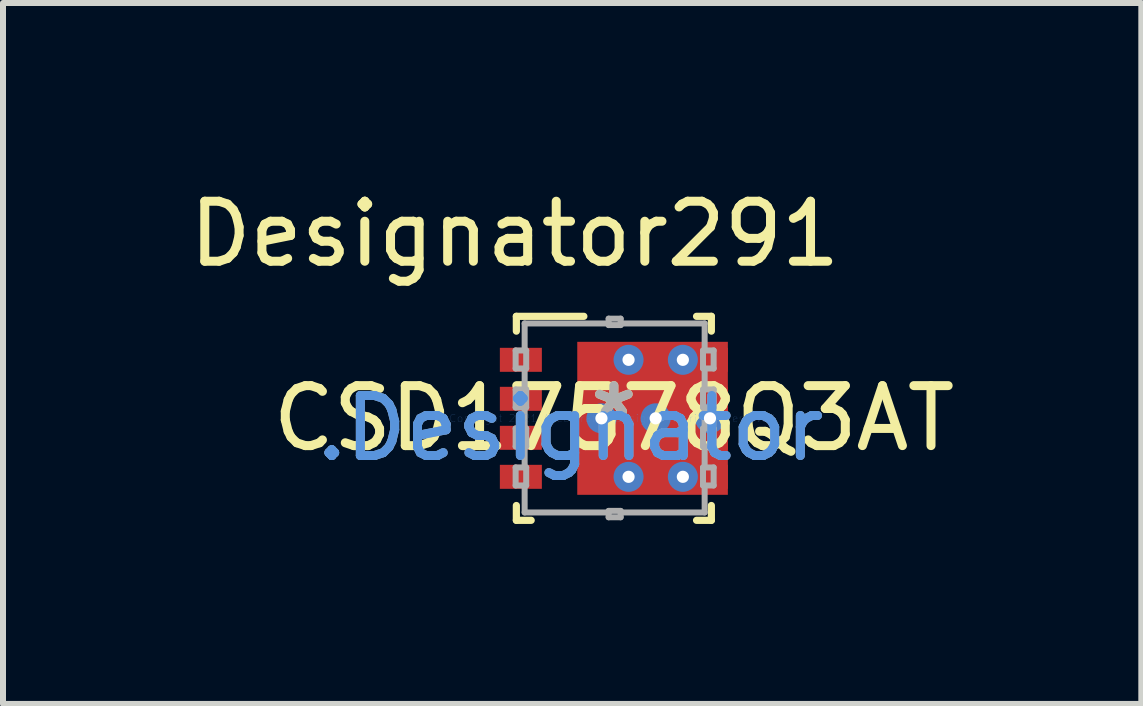
<source format=kicad_pcb>
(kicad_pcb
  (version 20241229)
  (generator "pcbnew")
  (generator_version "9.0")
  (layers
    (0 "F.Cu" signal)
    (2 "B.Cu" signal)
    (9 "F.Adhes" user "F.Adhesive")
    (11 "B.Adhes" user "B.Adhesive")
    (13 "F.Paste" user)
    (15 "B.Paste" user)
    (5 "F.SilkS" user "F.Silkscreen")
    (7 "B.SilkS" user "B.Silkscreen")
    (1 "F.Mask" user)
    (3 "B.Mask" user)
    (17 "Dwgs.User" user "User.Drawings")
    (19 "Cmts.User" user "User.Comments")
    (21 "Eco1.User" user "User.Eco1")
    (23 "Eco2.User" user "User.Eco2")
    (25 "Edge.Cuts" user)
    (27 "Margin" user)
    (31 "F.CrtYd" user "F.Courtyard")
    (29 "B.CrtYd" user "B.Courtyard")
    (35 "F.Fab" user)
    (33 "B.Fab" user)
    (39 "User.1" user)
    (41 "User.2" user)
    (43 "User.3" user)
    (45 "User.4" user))
  (footprint "CSD17578Q3AT"
    (layer "F.Cu")
    (at 7.181 3.922)
    (property "Reference" "CSD17578Q3AT" (at 0 0 0) (layer "F.SilkS") (effects (font (size 1 1) (thickness 0.15))))
    (attr through_hole)
    (fp_poly (pts (xy 0.925 -0.825) (xy 1.425 -0.825) (xy 1.425 -1.125) (xy 0.925 -1.125)) (stroke (width 0.1) (type solid)) (fill yes) (layer "F.Mask"))
    (fp_poly (pts (xy 0.925 -0.175) (xy 1.425 -0.175) (xy 1.425 -0.475) (xy 0.925 -0.475)) (stroke (width 0.1) (type solid)) (fill yes) (layer "F.Mask"))
    (fp_poly (pts (xy 0.925 0.475) (xy 1.425 0.475) (xy 1.425 0.175) (xy 0.925 0.175)) (stroke (width 0.1) (type solid)) (fill yes) (layer "F.Mask"))
    (fp_poly (pts (xy 0.925 1.125) (xy 1.425 1.125) (xy 1.425 0.825) (xy 0.925 0.825)) (stroke (width 0.1) (type solid)) (fill yes) (layer "F.Mask"))
    (fp_poly (pts (xy -0.56 1.172) (xy -0.56 -1.172) (xy -0.559 -1.182) (xy -0.556 -1.192) (xy -0.551 -1.201) (xy -0.544 -1.209) (xy -0.536 -1.216) (xy -0.527 -1.221) (xy -0.517 -1.224) (xy -0.507 -1.225) (xy 1.162 -1.225) (xy 1.172 -1.224) (xy 1.182 -1.221) (xy 1.191 -1.216) (xy 1.199 -1.209) (xy 1.206 -1.201) (xy 1.211 -1.192) (xy 1.214 -1.182) (xy 1.215 -1.172) (xy 1.215 1.172) (xy 1.214 1.182) (xy 1.211 1.192) (xy 1.206 1.201) (xy 1.199 1.209) (xy 1.191 1.216) (xy 1.182 1.221) (xy 1.172 1.224) (xy 1.162 1.225) (xy -0.507 1.225) (xy -0.517 1.224) (xy -0.527 1.221) (xy -0.536 1.216) (xy -0.544 1.209) (xy -0.551 1.201) (xy -0.556 1.192) (xy -0.559 1.182)) (stroke (width 0.1) (type solid)) (fill yes) (layer "F.Mask"))
    (fp_line (start -1.625 -1.7) (end -0.5 -1.7) (stroke (width 0.12) (type solid)) (layer "F.SilkS"))
    (fp_line (start -1.625 -1.453) (end -1.625 -1.7) (stroke (width 0.12) (type solid)) (layer "F.SilkS"))
    (fp_line (start -1.625 1.7) (end -1.625 1.453) (stroke (width 0.12) (type solid)) (layer "F.SilkS"))
    (fp_line (start -1.625 1.7) (end -1.378 1.7) (stroke (width 0.12) (type solid)) (layer "F.SilkS"))
    (fp_line (start 1.378 -1.7) (end 1.625 -1.7) (stroke (width 0.12) (type solid)) (layer "F.SilkS"))
    (fp_line (start 1.378 1.7) (end 1.625 1.7) (stroke (width 0.12) (type solid)) (layer "F.SilkS"))
    (fp_line (start 1.625 -1.453) (end 1.625 -1.7) (stroke (width 0.12) (type solid)) (layer "F.SilkS"))
    (fp_line (start 1.625 1.7) (end 1.625 1.453) (stroke (width 0.12) (type solid)) (layer "F.SilkS"))
    (fp_poly (pts (xy 0.145 -1.176) (xy 0.145 -0.149) (xy 0.144 -0.14) (xy 0.141 -0.13) (xy 0.137 -0.122) (xy 0.131 -0.114) (xy 0.123 -0.108) (xy 0.115 -0.104) (xy 0.105 -0.101) (xy 0.096 -0.1) (xy -0.511 -0.1) (xy -0.52 -0.101) (xy -0.53 -0.104) (xy -0.538 -0.108) (xy -0.546 -0.114) (xy -0.552 -0.122) (xy -0.556 -0.13) (xy -0.559 -0.14) (xy -0.56 -0.149) (xy -0.56 -1.176) (xy -0.559 -1.185) (xy -0.556 -1.195) (xy -0.552 -1.203) (xy -0.546 -1.211) (xy -0.538 -1.217) (xy -0.53 -1.221) (xy -0.52 -1.224) (xy -0.511 -1.225) (xy 0.096 -1.225) (xy 0.105 -1.224) (xy 0.115 -1.221) (xy 0.123 -1.217) (xy 0.131 -1.211) (xy 0.137 -1.203) (xy 0.141 -1.195) (xy 0.144 -1.185)) (stroke (width 0.1) (type solid)) (fill yes) (layer "F.Paste"))
    (fp_poly (pts (xy 0.145 0.149) (xy 0.145 1.176) (xy 0.144 1.185) (xy 0.141 1.195) (xy 0.137 1.203) (xy 0.131 1.211) (xy 0.123 1.217) (xy 0.115 1.221) (xy 0.105 1.224) (xy 0.096 1.225) (xy -0.511 1.225) (xy -0.52 1.224) (xy -0.53 1.221) (xy -0.538 1.217) (xy -0.546 1.211) (xy -0.552 1.203) (xy -0.556 1.195) (xy -0.559 1.185) (xy -0.56 1.176) (xy -0.56 0.149) (xy -0.559 0.14) (xy -0.556 0.13) (xy -0.552 0.122) (xy -0.546 0.114) (xy -0.538 0.108) (xy -0.53 0.104) (xy -0.52 0.101) (xy -0.511 0.1) (xy 0.096 0.1) (xy 0.105 0.101) (xy 0.115 0.104) (xy 0.123 0.108) (xy 0.131 0.114) (xy 0.137 0.122) (xy 0.141 0.13) (xy 0.144 0.14)) (stroke (width 0.1) (type solid)) (fill yes) (layer "F.Paste"))
    (fp_poly (pts (xy 0.345 -0.149) (xy 0.345 -1.176) (xy 0.346 -1.185) (xy 0.349 -1.195) (xy 0.353 -1.203) (xy 0.359 -1.211) (xy 0.367 -1.217) (xy 0.375 -1.221) (xy 0.385 -1.224) (xy 0.394 -1.225) (xy 1.001 -1.225) (xy 1.01 -1.224) (xy 1.02 -1.221) (xy 1.028 -1.217) (xy 1.036 -1.211) (xy 1.042 -1.203) (xy 1.046 -1.195) (xy 1.049 -1.185) (xy 1.05 -1.176) (xy 1.05 -0.149) (xy 1.049 -0.14) (xy 1.046 -0.13) (xy 1.042 -0.122) (xy 1.036 -0.114) (xy 1.028 -0.108) (xy 1.02 -0.104) (xy 1.01 -0.101) (xy 1.001 -0.1) (xy 0.394 -0.1) (xy 0.385 -0.101) (xy 0.375 -0.104) (xy 0.367 -0.108) (xy 0.359 -0.114) (xy 0.353 -0.122) (xy 0.349 -0.13) (xy 0.346 -0.14)) (stroke (width 0.1) (type solid)) (fill yes) (layer "F.Paste"))
    (fp_poly (pts (xy 0.345 1.176) (xy 0.345 0.149) (xy 0.346 0.14) (xy 0.349 0.13) (xy 0.353 0.122) (xy 0.359 0.114) (xy 0.367 0.108) (xy 0.375 0.104) (xy 0.385 0.101) (xy 0.394 0.1) (xy 1.001 0.1) (xy 1.01 0.101) (xy 1.02 0.104) (xy 1.028 0.108) (xy 1.036 0.114) (xy 1.042 0.122) (xy 1.046 0.13) (xy 1.049 0.14) (xy 1.05 0.149) (xy 1.05 1.176) (xy 1.049 1.185) (xy 1.046 1.195) (xy 1.042 1.203) (xy 1.036 1.211) (xy 1.028 1.217) (xy 1.02 1.221) (xy 1.01 1.224) (xy 1.001 1.225) (xy 0.394 1.225) (xy 0.385 1.224) (xy 0.375 1.221) (xy 0.367 1.217) (xy 0.359 1.211) (xy 0.353 1.203) (xy 0.349 1.195) (xy 0.346 1.185)) (stroke (width 0.1) (type solid)) (fill yes) (layer "F.Paste"))
    (fp_line (start -1.637 -1.131) (end -1.461 -1.131) (stroke (width 0.1) (type solid)) (layer "F.Fab"))
    (fp_line (start -1.637 -0.831) (end -1.637 -1.131) (stroke (width 0.1) (type solid)) (layer "F.Fab"))
    (fp_line (start -1.637 -0.831) (end -1.461 -0.831) (stroke (width 0.1) (type solid)) (layer "F.Fab"))
    (fp_line (start -1.637 -0.481) (end -1.461 -0.481) (stroke (width 0.1) (type solid)) (layer "F.Fab"))
    (fp_line (start -1.637 -0.181) (end -1.637 -0.481) (stroke (width 0.1) (type solid)) (layer "F.Fab"))
    (fp_line (start -1.637 -0.181) (end -1.461 -0.181) (stroke (width 0.1) (type solid)) (layer "F.Fab"))
    (fp_line (start -1.637 0.169) (end -1.461 0.169) (stroke (width 0.1) (type solid)) (layer "F.Fab"))
    (fp_line (start -1.637 0.469) (end -1.637 0.169) (stroke (width 0.1) (type solid)) (layer "F.Fab"))
    (fp_line (start -1.637 0.469) (end -1.461 0.469) (stroke (width 0.1) (type solid)) (layer "F.Fab"))
    (fp_line (start -1.637 0.819) (end -1.461 0.819) (stroke (width 0.1) (type solid)) (layer "F.Fab"))
    (fp_line (start -1.637 1.119) (end -1.637 0.819) (stroke (width 0.1) (type solid)) (layer "F.Fab"))
    (fp_line (start -1.637 1.119) (end -1.461 1.119) (stroke (width 0.1) (type solid)) (layer "F.Fab"))
    (fp_line (start -1.487 -1.581) (end -0.087 -1.581) (stroke (width 0.1) (type solid)) (layer "F.Fab"))
    (fp_line (start -1.487 -1.131) (end -1.487 -1.581) (stroke (width 0.1) (type solid)) (layer "F.Fab"))
    (fp_line (start -1.487 -0.481) (end -1.487 -0.831) (stroke (width 0.1) (type solid)) (layer "F.Fab"))
    (fp_line (start -1.487 0.169) (end -1.487 -0.181) (stroke (width 0.1) (type solid)) (layer "F.Fab"))
    (fp_line (start -1.487 0.819) (end -1.487 0.469) (stroke (width 0.1) (type solid)) (layer "F.Fab"))
    (fp_line (start -1.487 1.569) (end -1.487 1.119) (stroke (width 0.1) (type solid)) (layer "F.Fab"))
    (fp_line (start -1.487 1.569) (end -0.087 1.569) (stroke (width 0.1) (type solid)) (layer "F.Fab"))
    (fp_line (start -1.461 -0.831) (end -1.461 -1.131) (stroke (width 0.1) (type solid)) (layer "F.Fab"))
    (fp_line (start -1.461 -0.181) (end -1.461 -0.481) (stroke (width 0.1) (type solid)) (layer "F.Fab"))
    (fp_line (start -1.461 0.469) (end -1.461 0.169) (stroke (width 0.1) (type solid)) (layer "F.Fab"))
    (fp_line (start -1.461 1.119) (end -1.461 0.819) (stroke (width 0.1) (type solid)) (layer "F.Fab"))
    (fp_line (start -0.087 -1.661) (end 0.113 -1.661) (stroke (width 0.1) (type solid)) (layer "F.Fab"))
    (fp_line (start -0.087 -1.554) (end -0.087 -1.661) (stroke (width 0.1) (type solid)) (layer "F.Fab"))
    (fp_line (start -0.087 -1.554) (end 0.113 -1.554) (stroke (width 0.1) (type solid)) (layer "F.Fab"))
    (fp_line (start -0.087 1.543) (end 0.113 1.543) (stroke (width 0.1) (type solid)) (layer "F.Fab"))
    (fp_line (start -0.087 1.649) (end -0.087 1.543) (stroke (width 0.1) (type solid)) (layer "F.Fab"))
    (fp_line (start -0.087 1.649) (end 0.113 1.649) (stroke (width 0.1) (type solid)) (layer "F.Fab"))
    (fp_line (start 0.113 -1.581) (end 1.513 -1.581) (stroke (width 0.1) (type solid)) (layer "F.Fab"))
    (fp_line (start 0.113 -1.554) (end 0.113 -1.661) (stroke (width 0.1) (type solid)) (layer "F.Fab"))
    (fp_line (start 0.113 1.569) (end 1.513 1.569) (stroke (width 0.1) (type solid)) (layer "F.Fab"))
    (fp_line (start 0.113 1.649) (end 0.113 1.543) (stroke (width 0.1) (type solid)) (layer "F.Fab"))
    (fp_line (start 1.486 -1.131) (end 1.663 -1.131) (stroke (width 0.1) (type solid)) (layer "F.Fab"))
    (fp_line (start 1.486 -0.831) (end 1.486 -1.131) (stroke (width 0.1) (type solid)) (layer "F.Fab"))
    (fp_line (start 1.486 -0.831) (end 1.663 -0.831) (stroke (width 0.1) (type solid)) (layer "F.Fab"))
    (fp_line (start 1.486 -0.481) (end 1.663 -0.481) (stroke (width 0.1) (type solid)) (layer "F.Fab"))
    (fp_line (start 1.486 -0.181) (end 1.486 -0.481) (stroke (width 0.1) (type solid)) (layer "F.Fab"))
    (fp_line (start 1.486 -0.181) (end 1.663 -0.181) (stroke (width 0.1) (type solid)) (layer "F.Fab"))
    (fp_line (start 1.486 0.169) (end 1.663 0.169) (stroke (width 0.1) (type solid)) (layer "F.Fab"))
    (fp_line (start 1.486 0.469) (end 1.486 0.169) (stroke (width 0.1) (type solid)) (layer "F.Fab"))
    (fp_line (start 1.486 0.469) (end 1.663 0.469) (stroke (width 0.1) (type solid)) (layer "F.Fab"))
    (fp_line (start 1.486 0.819) (end 1.663 0.819) (stroke (width 0.1) (type solid)) (layer "F.Fab"))
    (fp_line (start 1.486 1.119) (end 1.486 0.819) (stroke (width 0.1) (type solid)) (layer "F.Fab"))
    (fp_line (start 1.486 1.119) (end 1.663 1.119) (stroke (width 0.1) (type solid)) (layer "F.Fab"))
    (fp_line (start 1.513 -1.131) (end 1.513 -1.581) (stroke (width 0.1) (type solid)) (layer "F.Fab"))
    (fp_line (start 1.513 -0.481) (end 1.513 -0.831) (stroke (width 0.1) (type solid)) (layer "F.Fab"))
    (fp_line (start 1.513 0.169) (end 1.513 -0.181) (stroke (width 0.1) (type solid)) (layer "F.Fab"))
    (fp_line (start 1.513 0.819) (end 1.513 0.469) (stroke (width 0.1) (type solid)) (layer "F.Fab"))
    (fp_line (start 1.513 1.569) (end 1.513 1.119) (stroke (width 0.1) (type solid)) (layer "F.Fab"))
    (fp_line (start 1.663 -0.831) (end 1.663 -1.131) (stroke (width 0.1) (type solid)) (layer "F.Fab"))
    (fp_line (start 1.663 -0.181) (end 1.663 -0.481) (stroke (width 0.1) (type solid)) (layer "F.Fab"))
    (fp_line (start 1.663 0.469) (end 1.663 0.169) (stroke (width 0.1) (type solid)) (layer "F.Fab"))
    (fp_line (start 1.663 1.119) (end 1.663 0.819) (stroke (width 0.1) (type solid)) (layer "F.Fab"))
    (fp_text user "*" (at 0 0 0) (layer "F.SilkS") (effects (font (size 1 1) (thickness 0.15))))
    (fp_text user "Designator291" (at -1.651 -3.073 0) (layer "F.SilkS") (effects (font (size 1 1) (thickness 0.15))))
    (fp_text user ".Designator" (at -0.725 0.165 0) (layer "Cmts.User") (effects (font (size 1 1) (thickness 0.15))))
    (fp_text user "Copyright 2021 Accelerated Designs. All rights reserved." (at 0 0 0) (layer "Cmts.User") (effects (font (size 0.127 0.127) (thickness 0.002))))
    (fp_text user "*" (at 0 0 0) (layer "F.Fab") (effects (font (size 1 1) (thickness 0.15))))
    (fp_text user ".Designator" (at -0.725 0.165 0) (layer "F.Fab") (effects (font (size 1 1) (thickness 0.15))))
    (pad "1" smd rect (at -1.55 -0.975 90) (size 0.4 0.7) (layers "F.Cu" "F.Mask" "F.Paste"))
    (pad "2" smd rect (at -1.55 -0.325 90) (size 0.4 0.7) (layers "F.Cu" "F.Mask" "F.Paste"))
    (pad "3" smd rect (at -1.55 0.325 90) (size 0.4 0.7) (layers "F.Cu" "F.Mask" "F.Paste"))
    (pad "4" smd rect (at -1.55 0.975 90) (size 0.4 0.7) (layers "F.Cu" "F.Mask" "F.Paste"))
    (pad "5" smd rect (at 1.55 0.975 90) (size 0.4 0.7) (layers "F.Cu" "F.Mask" "F.Paste"))
    (pad "6" smd rect (at 1.55 0.325 90) (size 0.4 0.7) (layers "F.Cu" "F.Mask" "F.Paste"))
    (pad "7" smd rect (at 1.55 -0.325 90) (size 0.4 0.7) (layers "F.Cu" "F.Mask" "F.Paste"))
    (pad "8" smd rect (at 1.55 -0.975 90) (size 0.4 0.7) (layers "F.Cu" "F.Mask" "F.Paste"))
    (pad "9" smd rect (at 0.645 0) (size 2.51 2.55) (layers "F.Cu"))
    (pad "V" thru_hole circle (at -0.207 0) (size 0.5 0.5) (drill 0.203) (layers "*.Cu" "*.Mask"))
    (pad "V" thru_hole circle (at 0.245 -0.975) (size 0.5 0.5) (drill 0.203) (layers "*.Cu" "*.Mask"))
    (pad "V" thru_hole circle (at 0.245 0.975) (size 0.5 0.5) (drill 0.203) (layers "*.Cu" "*.Mask"))
    (pad "V" thru_hole circle (at 0.697 0) (size 0.5 0.5) (drill 0.203) (layers "*.Cu" "*.Mask"))
    (pad "V" thru_hole circle (at 1.15 -0.975) (size 0.5 0.5) (drill 0.203) (layers "*.Cu" "*.Mask"))
    (pad "V" thru_hole circle (at 1.15 0.975) (size 0.5 0.5) (drill 0.203) (layers "*.Cu" "*.Mask"))
    (pad "V" thru_hole circle (at 1.602 0) (size 0.5 0.5) (drill 0.203) (layers "*.Cu" "*.Mask")))
  (gr_rect
    (start -3 -3)
    (end 15.972 8.682)
    (stroke (width 0.1) (type default))
    (fill no)
    (layer "Edge.Cuts")))
</source>
